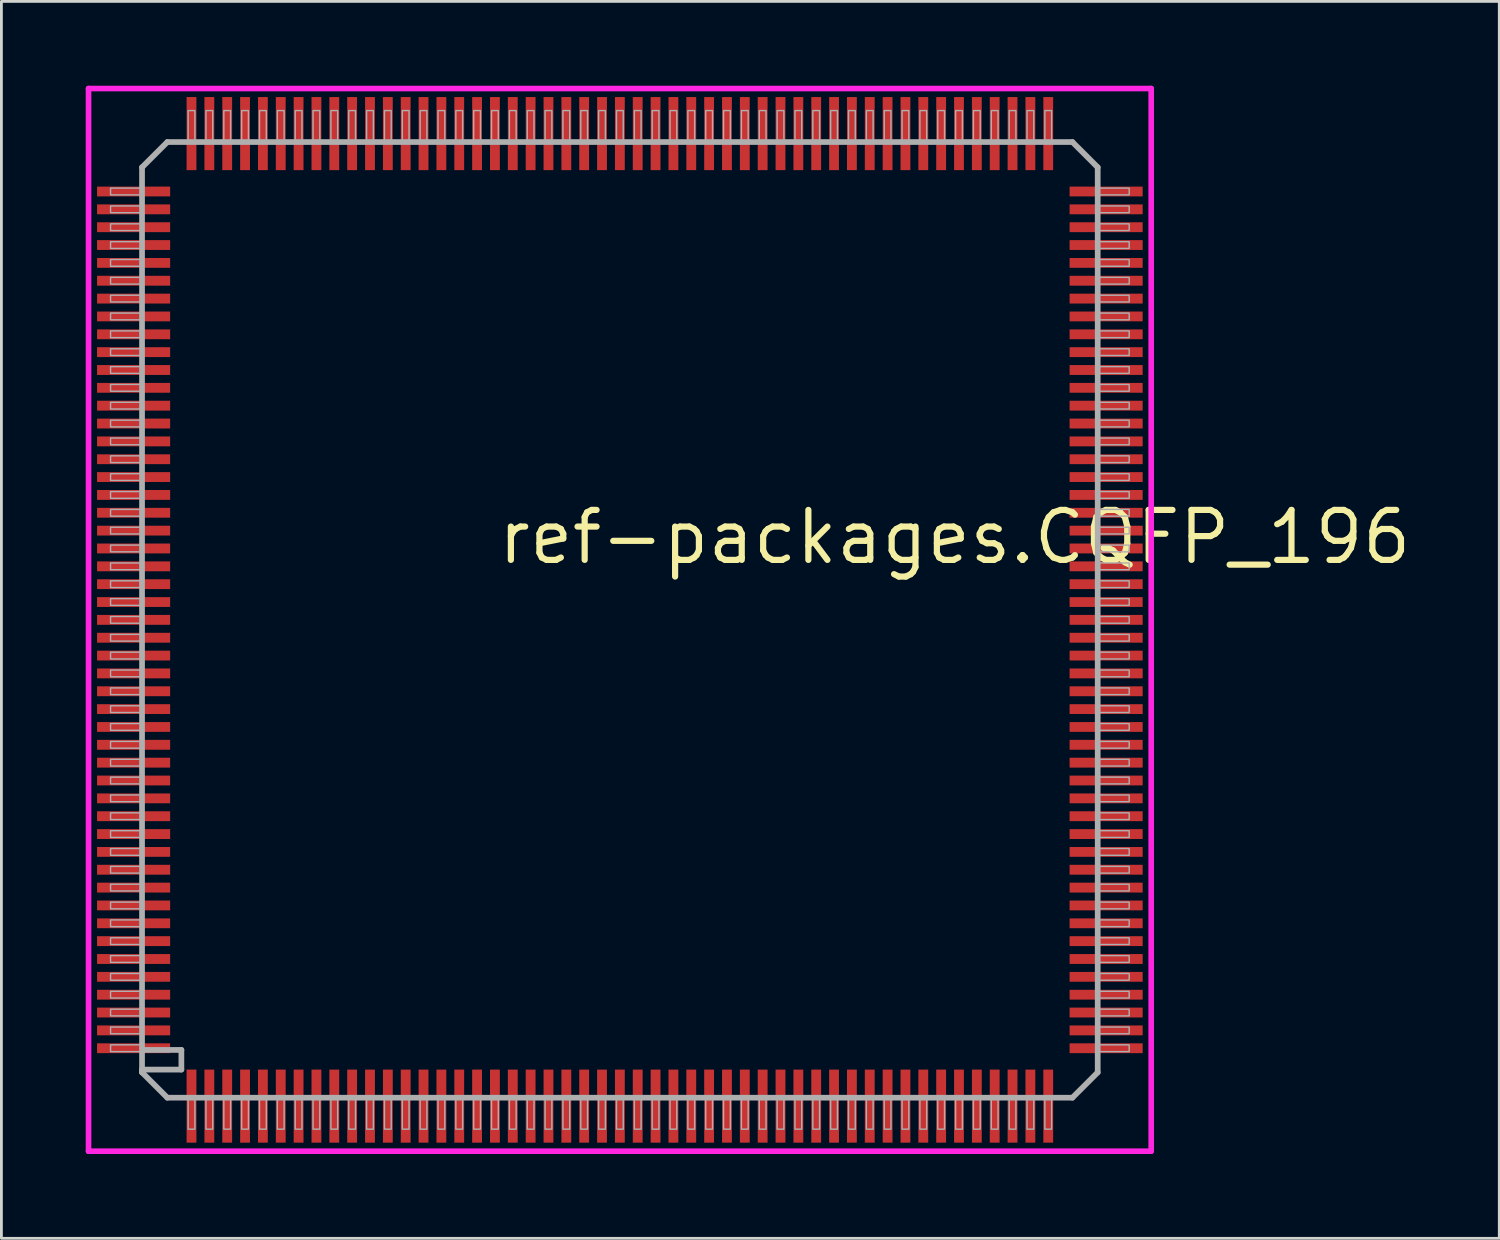
<source format=kicad_pcb>
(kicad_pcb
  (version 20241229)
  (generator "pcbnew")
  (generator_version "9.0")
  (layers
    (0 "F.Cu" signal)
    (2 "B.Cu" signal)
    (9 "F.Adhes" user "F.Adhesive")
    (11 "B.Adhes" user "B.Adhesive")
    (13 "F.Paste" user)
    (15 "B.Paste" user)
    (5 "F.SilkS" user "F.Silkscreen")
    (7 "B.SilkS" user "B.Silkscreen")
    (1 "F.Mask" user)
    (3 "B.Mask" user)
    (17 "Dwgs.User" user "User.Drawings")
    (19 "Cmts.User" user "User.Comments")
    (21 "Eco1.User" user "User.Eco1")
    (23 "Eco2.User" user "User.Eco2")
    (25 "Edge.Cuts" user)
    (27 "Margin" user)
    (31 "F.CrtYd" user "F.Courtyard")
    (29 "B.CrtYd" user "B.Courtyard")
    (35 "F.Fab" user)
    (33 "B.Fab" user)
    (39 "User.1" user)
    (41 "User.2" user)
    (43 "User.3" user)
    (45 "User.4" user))
  (footprint "ref-packages.CQFP_196"
    (layer "F.Cu")
    (at 19.003 19.003)
    (property "Reference" "ref-packages.CQFP_196" (at -4.445 -1.905 0) (layer "F.SilkS") (effects (font (size 1.778 1.778) (thickness 0.22)) (justify left bottom)))
    (attr smd)
    (fp_line (start -17 16) (end -17 16.1) (stroke (width 0.203) (type default)) (layer "F.SilkS"))
    (fp_line (start -18.903 -18.903) (end 18.903 -18.903) (stroke (width 0.2) (type default)) (layer "F.CrtYd"))
    (fp_line (start -18.903 18.903) (end -18.903 -18.903) (stroke (width 0.2) (type default)) (layer "F.CrtYd"))
    (fp_line (start 18.903 -18.903) (end 18.903 18.903) (stroke (width 0.2) (type default)) (layer "F.CrtYd"))
    (fp_line (start 18.903 18.903) (end -18.903 18.903) (stroke (width 0.2) (type default)) (layer "F.CrtYd"))
    (fp_line (start -17 -16.1) (end -17 16) (stroke (width 0.203) (type default)) (layer "F.Fab"))
    (fp_line (start -17 -16.1) (end -16.1 -17) (stroke (width 0.203) (type default)) (layer "F.Fab"))
    (fp_line (start -17 16) (end -15.6 16) (stroke (width 0.203) (type default)) (layer "F.Fab"))
    (fp_line (start -17 16.1) (end -16.1 17) (stroke (width 0.203) (type default)) (layer "F.Fab"))
    (fp_line (start -16.1 17) (end 16.1 17) (stroke (width 0.203) (type default)) (layer "F.Fab"))
    (fp_line (start -15.6 15.3) (end -16.9 15.3) (stroke (width 0.203) (type default)) (layer "F.Fab"))
    (fp_line (start -15.6 16) (end -15.6 15.3) (stroke (width 0.203) (type default)) (layer "F.Fab"))
    (fp_line (start 16.1 -17) (end -16.1 -17) (stroke (width 0.203) (type default)) (layer "F.Fab"))
    (fp_line (start 16.1 -17) (end 17 -16.1) (stroke (width 0.203) (type default)) (layer "F.Fab"))
    (fp_line (start 16.1 17) (end 17 16.1) (stroke (width 0.203) (type default)) (layer "F.Fab"))
    (fp_line (start 17 16.1) (end 17 -16.1) (stroke (width 0.203) (type default)) (layer "F.Fab"))
    (fp_rect (start -18.12 -15.12) (end -17 -15.36) (stroke (width 0.05) (type default)) (fill no) (layer "F.Fab"))
    (fp_rect (start -18.12 -14.485) (end -17 -14.725) (stroke (width 0.05) (type default)) (fill no) (layer "F.Fab"))
    (fp_rect (start -18.12 -13.85) (end -17 -14.09) (stroke (width 0.05) (type default)) (fill no) (layer "F.Fab"))
    (fp_rect (start -18.12 -13.215) (end -17 -13.455) (stroke (width 0.05) (type default)) (fill no) (layer "F.Fab"))
    (fp_rect (start -18.12 -12.58) (end -17 -12.82) (stroke (width 0.05) (type default)) (fill no) (layer "F.Fab"))
    (fp_rect (start -18.12 -11.945) (end -17 -12.185) (stroke (width 0.05) (type default)) (fill no) (layer "F.Fab"))
    (fp_rect (start -18.12 -11.31) (end -17 -11.55) (stroke (width 0.05) (type default)) (fill no) (layer "F.Fab"))
    (fp_rect (start -18.12 -10.675) (end -17 -10.915) (stroke (width 0.05) (type default)) (fill no) (layer "F.Fab"))
    (fp_rect (start -18.12 -10.04) (end -17 -10.28) (stroke (width 0.05) (type default)) (fill no) (layer "F.Fab"))
    (fp_rect (start -18.12 -9.405) (end -17 -9.645) (stroke (width 0.05) (type default)) (fill no) (layer "F.Fab"))
    (fp_rect (start -18.12 -8.77) (end -17 -9.01) (stroke (width 0.05) (type default)) (fill no) (layer "F.Fab"))
    (fp_rect (start -18.12 -8.135) (end -17 -8.375) (stroke (width 0.05) (type default)) (fill no) (layer "F.Fab"))
    (fp_rect (start -18.12 -7.5) (end -17 -7.74) (stroke (width 0.05) (type default)) (fill no) (layer "F.Fab"))
    (fp_rect (start -18.12 -6.865) (end -17 -7.105) (stroke (width 0.05) (type default)) (fill no) (layer "F.Fab"))
    (fp_rect (start -18.12 -6.23) (end -17 -6.47) (stroke (width 0.05) (type default)) (fill no) (layer "F.Fab"))
    (fp_rect (start -18.12 -5.595) (end -17 -5.835) (stroke (width 0.05) (type default)) (fill no) (layer "F.Fab"))
    (fp_rect (start -18.12 -4.96) (end -17 -5.2) (stroke (width 0.05) (type default)) (fill no) (layer "F.Fab"))
    (fp_rect (start -18.12 -4.325) (end -17 -4.565) (stroke (width 0.05) (type default)) (fill no) (layer "F.Fab"))
    (fp_rect (start -18.12 -3.69) (end -17 -3.93) (stroke (width 0.05) (type default)) (fill no) (layer "F.Fab"))
    (fp_rect (start -18.12 -3.055) (end -17 -3.295) (stroke (width 0.05) (type default)) (fill no) (layer "F.Fab"))
    (fp_rect (start -18.12 -2.42) (end -17 -2.66) (stroke (width 0.05) (type default)) (fill no) (layer "F.Fab"))
    (fp_rect (start -18.12 -1.785) (end -17 -2.025) (stroke (width 0.05) (type default)) (fill no) (layer "F.Fab"))
    (fp_rect (start -18.12 -1.15) (end -17 -1.39) (stroke (width 0.05) (type default)) (fill no) (layer "F.Fab"))
    (fp_rect (start -18.12 -0.515) (end -17 -0.755) (stroke (width 0.05) (type default)) (fill no) (layer "F.Fab"))
    (fp_rect (start -18.12 0.12) (end -17 -0.12) (stroke (width 0.05) (type default)) (fill no) (layer "F.Fab"))
    (fp_rect (start -18.12 0.755) (end -17 0.515) (stroke (width 0.05) (type default)) (fill no) (layer "F.Fab"))
    (fp_rect (start -18.12 1.39) (end -17 1.15) (stroke (width 0.05) (type default)) (fill no) (layer "F.Fab"))
    (fp_rect (start -18.12 2.025) (end -17 1.785) (stroke (width 0.05) (type default)) (fill no) (layer "F.Fab"))
    (fp_rect (start -18.12 2.66) (end -17 2.42) (stroke (width 0.05) (type default)) (fill no) (layer "F.Fab"))
    (fp_rect (start -18.12 3.295) (end -17 3.055) (stroke (width 0.05) (type default)) (fill no) (layer "F.Fab"))
    (fp_rect (start -18.12 3.93) (end -17 3.69) (stroke (width 0.05) (type default)) (fill no) (layer "F.Fab"))
    (fp_rect (start -18.12 4.565) (end -17 4.325) (stroke (width 0.05) (type default)) (fill no) (layer "F.Fab"))
    (fp_rect (start -18.12 5.2) (end -17 4.96) (stroke (width 0.05) (type default)) (fill no) (layer "F.Fab"))
    (fp_rect (start -18.12 5.835) (end -17 5.595) (stroke (width 0.05) (type default)) (fill no) (layer "F.Fab"))
    (fp_rect (start -18.12 6.47) (end -17 6.23) (stroke (width 0.05) (type default)) (fill no) (layer "F.Fab"))
    (fp_rect (start -18.12 7.105) (end -17 6.865) (stroke (width 0.05) (type default)) (fill no) (layer "F.Fab"))
    (fp_rect (start -18.12 7.74) (end -17 7.5) (stroke (width 0.05) (type default)) (fill no) (layer "F.Fab"))
    (fp_rect (start -18.12 8.375) (end -17 8.135) (stroke (width 0.05) (type default)) (fill no) (layer "F.Fab"))
    (fp_rect (start -18.12 9.01) (end -17 8.77) (stroke (width 0.05) (type default)) (fill no) (layer "F.Fab"))
    (fp_rect (start -18.12 9.645) (end -17 9.405) (stroke (width 0.05) (type default)) (fill no) (layer "F.Fab"))
    (fp_rect (start -18.12 10.28) (end -17 10.04) (stroke (width 0.05) (type default)) (fill no) (layer "F.Fab"))
    (fp_rect (start -18.12 10.915) (end -17 10.675) (stroke (width 0.05) (type default)) (fill no) (layer "F.Fab"))
    (fp_rect (start -18.12 11.55) (end -17 11.31) (stroke (width 0.05) (type default)) (fill no) (layer "F.Fab"))
    (fp_rect (start -18.12 12.185) (end -17 11.945) (stroke (width 0.05) (type default)) (fill no) (layer "F.Fab"))
    (fp_rect (start -18.12 12.82) (end -17 12.58) (stroke (width 0.05) (type default)) (fill no) (layer "F.Fab"))
    (fp_rect (start -18.12 13.455) (end -17 13.215) (stroke (width 0.05) (type default)) (fill no) (layer "F.Fab"))
    (fp_rect (start -18.12 14.09) (end -17 13.85) (stroke (width 0.05) (type default)) (fill no) (layer "F.Fab"))
    (fp_rect (start -18.12 14.725) (end -17 14.485) (stroke (width 0.05) (type default)) (fill no) (layer "F.Fab"))
    (fp_rect (start -18.12 15.36) (end -17 15.12) (stroke (width 0.05) (type default)) (fill no) (layer "F.Fab"))
    (fp_rect (start -15.36 -17) (end -15.12 -18.12) (stroke (width 0.05) (type default)) (fill no) (layer "F.Fab"))
    (fp_rect (start -15.36 18.12) (end -15.12 17) (stroke (width 0.05) (type default)) (fill no) (layer "F.Fab"))
    (fp_rect (start -14.725 -17) (end -14.485 -18.12) (stroke (width 0.05) (type default)) (fill no) (layer "F.Fab"))
    (fp_rect (start -14.725 18.12) (end -14.485 17) (stroke (width 0.05) (type default)) (fill no) (layer "F.Fab"))
    (fp_rect (start -14.09 -17) (end -13.85 -18.12) (stroke (width 0.05) (type default)) (fill no) (layer "F.Fab"))
    (fp_rect (start -14.09 18.12) (end -13.85 17) (stroke (width 0.05) (type default)) (fill no) (layer "F.Fab"))
    (fp_rect (start -13.455 -17) (end -13.215 -18.12) (stroke (width 0.05) (type default)) (fill no) (layer "F.Fab"))
    (fp_rect (start -13.455 18.12) (end -13.215 17) (stroke (width 0.05) (type default)) (fill no) (layer "F.Fab"))
    (fp_rect (start -12.82 -17) (end -12.58 -18.12) (stroke (width 0.05) (type default)) (fill no) (layer "F.Fab"))
    (fp_rect (start -12.82 18.12) (end -12.58 17) (stroke (width 0.05) (type default)) (fill no) (layer "F.Fab"))
    (fp_rect (start -12.185 -17) (end -11.945 -18.12) (stroke (width 0.05) (type default)) (fill no) (layer "F.Fab"))
    (fp_rect (start -12.185 18.12) (end -11.945 17) (stroke (width 0.05) (type default)) (fill no) (layer "F.Fab"))
    (fp_rect (start -11.55 -17) (end -11.31 -18.12) (stroke (width 0.05) (type default)) (fill no) (layer "F.Fab"))
    (fp_rect (start -11.55 18.12) (end -11.31 17) (stroke (width 0.05) (type default)) (fill no) (layer "F.Fab"))
    (fp_rect (start -10.915 -17) (end -10.675 -18.12) (stroke (width 0.05) (type default)) (fill no) (layer "F.Fab"))
    (fp_rect (start -10.915 18.12) (end -10.675 17) (stroke (width 0.05) (type default)) (fill no) (layer "F.Fab"))
    (fp_rect (start -10.28 -17) (end -10.04 -18.12) (stroke (width 0.05) (type default)) (fill no) (layer "F.Fab"))
    (fp_rect (start -10.28 18.12) (end -10.04 17) (stroke (width 0.05) (type default)) (fill no) (layer "F.Fab"))
    (fp_rect (start -9.645 -17) (end -9.405 -18.12) (stroke (width 0.05) (type default)) (fill no) (layer "F.Fab"))
    (fp_rect (start -9.645 18.12) (end -9.405 17) (stroke (width 0.05) (type default)) (fill no) (layer "F.Fab"))
    (fp_rect (start -9.01 -17) (end -8.77 -18.12) (stroke (width 0.05) (type default)) (fill no) (layer "F.Fab"))
    (fp_rect (start -9.01 18.12) (end -8.77 17) (stroke (width 0.05) (type default)) (fill no) (layer "F.Fab"))
    (fp_rect (start -8.375 -17) (end -8.135 -18.12) (stroke (width 0.05) (type default)) (fill no) (layer "F.Fab"))
    (fp_rect (start -8.375 18.12) (end -8.135 17) (stroke (width 0.05) (type default)) (fill no) (layer "F.Fab"))
    (fp_rect (start -7.74 -17) (end -7.5 -18.12) (stroke (width 0.05) (type default)) (fill no) (layer "F.Fab"))
    (fp_rect (start -7.74 18.12) (end -7.5 17) (stroke (width 0.05) (type default)) (fill no) (layer "F.Fab"))
    (fp_rect (start -7.105 -17) (end -6.865 -18.12) (stroke (width 0.05) (type default)) (fill no) (layer "F.Fab"))
    (fp_rect (start -7.105 18.12) (end -6.865 17) (stroke (width 0.05) (type default)) (fill no) (layer "F.Fab"))
    (fp_rect (start -6.47 -17) (end -6.23 -18.12) (stroke (width 0.05) (type default)) (fill no) (layer "F.Fab"))
    (fp_rect (start -6.47 18.12) (end -6.23 17) (stroke (width 0.05) (type default)) (fill no) (layer "F.Fab"))
    (fp_rect (start -5.835 -17) (end -5.595 -18.12) (stroke (width 0.05) (type default)) (fill no) (layer "F.Fab"))
    (fp_rect (start -5.835 18.12) (end -5.595 17) (stroke (width 0.05) (type default)) (fill no) (layer "F.Fab"))
    (fp_rect (start -5.2 -17) (end -4.96 -18.12) (stroke (width 0.05) (type default)) (fill no) (layer "F.Fab"))
    (fp_rect (start -5.2 18.12) (end -4.96 17) (stroke (width 0.05) (type default)) (fill no) (layer "F.Fab"))
    (fp_rect (start -4.565 -17) (end -4.325 -18.12) (stroke (width 0.05) (type default)) (fill no) (layer "F.Fab"))
    (fp_rect (start -4.565 18.12) (end -4.325 17) (stroke (width 0.05) (type default)) (fill no) (layer "F.Fab"))
    (fp_rect (start -3.93 -17) (end -3.69 -18.12) (stroke (width 0.05) (type default)) (fill no) (layer "F.Fab"))
    (fp_rect (start -3.93 18.12) (end -3.69 17) (stroke (width 0.05) (type default)) (fill no) (layer "F.Fab"))
    (fp_rect (start -3.295 -17) (end -3.055 -18.12) (stroke (width 0.05) (type default)) (fill no) (layer "F.Fab"))
    (fp_rect (start -3.295 18.12) (end -3.055 17) (stroke (width 0.05) (type default)) (fill no) (layer "F.Fab"))
    (fp_rect (start -2.66 -17) (end -2.42 -18.12) (stroke (width 0.05) (type default)) (fill no) (layer "F.Fab"))
    (fp_rect (start -2.66 18.12) (end -2.42 17) (stroke (width 0.05) (type default)) (fill no) (layer "F.Fab"))
    (fp_rect (start -2.025 -17) (end -1.785 -18.12) (stroke (width 0.05) (type default)) (fill no) (layer "F.Fab"))
    (fp_rect (start -2.025 18.12) (end -1.785 17) (stroke (width 0.05) (type default)) (fill no) (layer "F.Fab"))
    (fp_rect (start -1.39 -17) (end -1.15 -18.12) (stroke (width 0.05) (type default)) (fill no) (layer "F.Fab"))
    (fp_rect (start -1.39 18.12) (end -1.15 17) (stroke (width 0.05) (type default)) (fill no) (layer "F.Fab"))
    (fp_rect (start -0.755 -17) (end -0.515 -18.12) (stroke (width 0.05) (type default)) (fill no) (layer "F.Fab"))
    (fp_rect (start -0.755 18.12) (end -0.515 17) (stroke (width 0.05) (type default)) (fill no) (layer "F.Fab"))
    (fp_rect (start -0.12 -17) (end 0.12 -18.12) (stroke (width 0.05) (type default)) (fill no) (layer "F.Fab"))
    (fp_rect (start -0.12 18.12) (end 0.12 17) (stroke (width 0.05) (type default)) (fill no) (layer "F.Fab"))
    (fp_rect (start 0.515 -17) (end 0.755 -18.12) (stroke (width 0.05) (type default)) (fill no) (layer "F.Fab"))
    (fp_rect (start 0.515 18.12) (end 0.755 17) (stroke (width 0.05) (type default)) (fill no) (layer "F.Fab"))
    (fp_rect (start 1.15 -17) (end 1.39 -18.12) (stroke (width 0.05) (type default)) (fill no) (layer "F.Fab"))
    (fp_rect (start 1.15 18.12) (end 1.39 17) (stroke (width 0.05) (type default)) (fill no) (layer "F.Fab"))
    (fp_rect (start 1.785 -17) (end 2.025 -18.12) (stroke (width 0.05) (type default)) (fill no) (layer "F.Fab"))
    (fp_rect (start 1.785 18.12) (end 2.025 17) (stroke (width 0.05) (type default)) (fill no) (layer "F.Fab"))
    (fp_rect (start 2.42 -17) (end 2.66 -18.12) (stroke (width 0.05) (type default)) (fill no) (layer "F.Fab"))
    (fp_rect (start 2.42 18.12) (end 2.66 17) (stroke (width 0.05) (type default)) (fill no) (layer "F.Fab"))
    (fp_rect (start 3.055 -17) (end 3.295 -18.12) (stroke (width 0.05) (type default)) (fill no) (layer "F.Fab"))
    (fp_rect (start 3.055 18.12) (end 3.295 17) (stroke (width 0.05) (type default)) (fill no) (layer "F.Fab"))
    (fp_rect (start 3.69 -17) (end 3.93 -18.12) (stroke (width 0.05) (type default)) (fill no) (layer "F.Fab"))
    (fp_rect (start 3.69 18.12) (end 3.93 17) (stroke (width 0.05) (type default)) (fill no) (layer "F.Fab"))
    (fp_rect (start 4.325 -17) (end 4.565 -18.12) (stroke (width 0.05) (type default)) (fill no) (layer "F.Fab"))
    (fp_rect (start 4.325 18.12) (end 4.565 17) (stroke (width 0.05) (type default)) (fill no) (layer "F.Fab"))
    (fp_rect (start 4.96 -17) (end 5.2 -18.12) (stroke (width 0.05) (type default)) (fill no) (layer "F.Fab"))
    (fp_rect (start 4.96 18.12) (end 5.2 17) (stroke (width 0.05) (type default)) (fill no) (layer "F.Fab"))
    (fp_rect (start 5.595 -17) (end 5.835 -18.12) (stroke (width 0.05) (type default)) (fill no) (layer "F.Fab"))
    (fp_rect (start 5.595 18.12) (end 5.835 17) (stroke (width 0.05) (type default)) (fill no) (layer "F.Fab"))
    (fp_rect (start 6.23 -17) (end 6.47 -18.12) (stroke (width 0.05) (type default)) (fill no) (layer "F.Fab"))
    (fp_rect (start 6.23 18.12) (end 6.47 17) (stroke (width 0.05) (type default)) (fill no) (layer "F.Fab"))
    (fp_rect (start 6.865 -17) (end 7.105 -18.12) (stroke (width 0.05) (type default)) (fill no) (layer "F.Fab"))
    (fp_rect (start 6.865 18.12) (end 7.105 17) (stroke (width 0.05) (type default)) (fill no) (layer "F.Fab"))
    (fp_rect (start 7.5 -17) (end 7.74 -18.12) (stroke (width 0.05) (type default)) (fill no) (layer "F.Fab"))
    (fp_rect (start 7.5 18.12) (end 7.74 17) (stroke (width 0.05) (type default)) (fill no) (layer "F.Fab"))
    (fp_rect (start 8.135 -17) (end 8.375 -18.12) (stroke (width 0.05) (type default)) (fill no) (layer "F.Fab"))
    (fp_rect (start 8.135 18.12) (end 8.375 17) (stroke (width 0.05) (type default)) (fill no) (layer "F.Fab"))
    (fp_rect (start 8.77 -17) (end 9.01 -18.12) (stroke (width 0.05) (type default)) (fill no) (layer "F.Fab"))
    (fp_rect (start 8.77 18.12) (end 9.01 17) (stroke (width 0.05) (type default)) (fill no) (layer "F.Fab"))
    (fp_rect (start 9.405 -17) (end 9.645 -18.12) (stroke (width 0.05) (type default)) (fill no) (layer "F.Fab"))
    (fp_rect (start 9.405 18.12) (end 9.645 17) (stroke (width 0.05) (type default)) (fill no) (layer "F.Fab"))
    (fp_rect (start 10.04 -17) (end 10.28 -18.12) (stroke (width 0.05) (type default)) (fill no) (layer "F.Fab"))
    (fp_rect (start 10.04 18.12) (end 10.28 17) (stroke (width 0.05) (type default)) (fill no) (layer "F.Fab"))
    (fp_rect (start 10.675 -17) (end 10.915 -18.12) (stroke (width 0.05) (type default)) (fill no) (layer "F.Fab"))
    (fp_rect (start 10.675 18.12) (end 10.915 17) (stroke (width 0.05) (type default)) (fill no) (layer "F.Fab"))
    (fp_rect (start 11.31 -17) (end 11.55 -18.12) (stroke (width 0.05) (type default)) (fill no) (layer "F.Fab"))
    (fp_rect (start 11.31 18.12) (end 11.55 17) (stroke (width 0.05) (type default)) (fill no) (layer "F.Fab"))
    (fp_rect (start 11.945 -17) (end 12.185 -18.12) (stroke (width 0.05) (type default)) (fill no) (layer "F.Fab"))
    (fp_rect (start 11.945 18.12) (end 12.185 17) (stroke (width 0.05) (type default)) (fill no) (layer "F.Fab"))
    (fp_rect (start 12.58 -17) (end 12.82 -18.12) (stroke (width 0.05) (type default)) (fill no) (layer "F.Fab"))
    (fp_rect (start 12.58 18.12) (end 12.82 17) (stroke (width 0.05) (type default)) (fill no) (layer "F.Fab"))
    (fp_rect (start 13.215 -17) (end 13.455 -18.12) (stroke (width 0.05) (type default)) (fill no) (layer "F.Fab"))
    (fp_rect (start 13.215 18.12) (end 13.455 17) (stroke (width 0.05) (type default)) (fill no) (layer "F.Fab"))
    (fp_rect (start 13.85 -17) (end 14.09 -18.12) (stroke (width 0.05) (type default)) (fill no) (layer "F.Fab"))
    (fp_rect (start 13.85 18.12) (end 14.09 17) (stroke (width 0.05) (type default)) (fill no) (layer "F.Fab"))
    (fp_rect (start 14.485 -17) (end 14.725 -18.12) (stroke (width 0.05) (type default)) (fill no) (layer "F.Fab"))
    (fp_rect (start 14.485 18.12) (end 14.725 17) (stroke (width 0.05) (type default)) (fill no) (layer "F.Fab"))
    (fp_rect (start 15.12 -17) (end 15.36 -18.12) (stroke (width 0.05) (type default)) (fill no) (layer "F.Fab"))
    (fp_rect (start 15.12 18.12) (end 15.36 17) (stroke (width 0.05) (type default)) (fill no) (layer "F.Fab"))
    (fp_rect (start 17 -15.12) (end 18.12 -15.36) (stroke (width 0.05) (type default)) (fill no) (layer "F.Fab"))
    (fp_rect (start 17 -14.485) (end 18.12 -14.725) (stroke (width 0.05) (type default)) (fill no) (layer "F.Fab"))
    (fp_rect (start 17 -13.85) (end 18.12 -14.09) (stroke (width 0.05) (type default)) (fill no) (layer "F.Fab"))
    (fp_rect (start 17 -13.215) (end 18.12 -13.455) (stroke (width 0.05) (type default)) (fill no) (layer "F.Fab"))
    (fp_rect (start 17 -12.58) (end 18.12 -12.82) (stroke (width 0.05) (type default)) (fill no) (layer "F.Fab"))
    (fp_rect (start 17 -11.945) (end 18.12 -12.185) (stroke (width 0.05) (type default)) (fill no) (layer "F.Fab"))
    (fp_rect (start 17 -11.31) (end 18.12 -11.55) (stroke (width 0.05) (type default)) (fill no) (layer "F.Fab"))
    (fp_rect (start 17 -10.675) (end 18.12 -10.915) (stroke (width 0.05) (type default)) (fill no) (layer "F.Fab"))
    (fp_rect (start 17 -10.04) (end 18.12 -10.28) (stroke (width 0.05) (type default)) (fill no) (layer "F.Fab"))
    (fp_rect (start 17 -9.405) (end 18.12 -9.645) (stroke (width 0.05) (type default)) (fill no) (layer "F.Fab"))
    (fp_rect (start 17 -8.77) (end 18.12 -9.01) (stroke (width 0.05) (type default)) (fill no) (layer "F.Fab"))
    (fp_rect (start 17 -8.135) (end 18.12 -8.375) (stroke (width 0.05) (type default)) (fill no) (layer "F.Fab"))
    (fp_rect (start 17 -7.5) (end 18.12 -7.74) (stroke (width 0.05) (type default)) (fill no) (layer "F.Fab"))
    (fp_rect (start 17 -6.865) (end 18.12 -7.105) (stroke (width 0.05) (type default)) (fill no) (layer "F.Fab"))
    (fp_rect (start 17 -6.23) (end 18.12 -6.47) (stroke (width 0.05) (type default)) (fill no) (layer "F.Fab"))
    (fp_rect (start 17 -5.595) (end 18.12 -5.835) (stroke (width 0.05) (type default)) (fill no) (layer "F.Fab"))
    (fp_rect (start 17 -4.96) (end 18.12 -5.2) (stroke (width 0.05) (type default)) (fill no) (layer "F.Fab"))
    (fp_rect (start 17 -4.325) (end 18.12 -4.565) (stroke (width 0.05) (type default)) (fill no) (layer "F.Fab"))
    (fp_rect (start 17 -3.69) (end 18.12 -3.93) (stroke (width 0.05) (type default)) (fill no) (layer "F.Fab"))
    (fp_rect (start 17 -3.055) (end 18.12 -3.295) (stroke (width 0.05) (type default)) (fill no) (layer "F.Fab"))
    (fp_rect (start 17 -2.42) (end 18.12 -2.66) (stroke (width 0.05) (type default)) (fill no) (layer "F.Fab"))
    (fp_rect (start 17 -1.785) (end 18.12 -2.025) (stroke (width 0.05) (type default)) (fill no) (layer "F.Fab"))
    (fp_rect (start 17 -1.15) (end 18.12 -1.39) (stroke (width 0.05) (type default)) (fill no) (layer "F.Fab"))
    (fp_rect (start 17 -0.515) (end 18.12 -0.755) (stroke (width 0.05) (type default)) (fill no) (layer "F.Fab"))
    (fp_rect (start 17 0.12) (end 18.12 -0.12) (stroke (width 0.05) (type default)) (fill no) (layer "F.Fab"))
    (fp_rect (start 17 0.755) (end 18.12 0.515) (stroke (width 0.05) (type default)) (fill no) (layer "F.Fab"))
    (fp_rect (start 17 1.39) (end 18.12 1.15) (stroke (width 0.05) (type default)) (fill no) (layer "F.Fab"))
    (fp_rect (start 17 2.025) (end 18.12 1.785) (stroke (width 0.05) (type default)) (fill no) (layer "F.Fab"))
    (fp_rect (start 17 2.66) (end 18.12 2.42) (stroke (width 0.05) (type default)) (fill no) (layer "F.Fab"))
    (fp_rect (start 17 3.295) (end 18.12 3.055) (stroke (width 0.05) (type default)) (fill no) (layer "F.Fab"))
    (fp_rect (start 17 3.93) (end 18.12 3.69) (stroke (width 0.05) (type default)) (fill no) (layer "F.Fab"))
    (fp_rect (start 17 4.565) (end 18.12 4.325) (stroke (width 0.05) (type default)) (fill no) (layer "F.Fab"))
    (fp_rect (start 17 5.2) (end 18.12 4.96) (stroke (width 0.05) (type default)) (fill no) (layer "F.Fab"))
    (fp_rect (start 17 5.835) (end 18.12 5.595) (stroke (width 0.05) (type default)) (fill no) (layer "F.Fab"))
    (fp_rect (start 17 6.47) (end 18.12 6.23) (stroke (width 0.05) (type default)) (fill no) (layer "F.Fab"))
    (fp_rect (start 17 7.105) (end 18.12 6.865) (stroke (width 0.05) (type default)) (fill no) (layer "F.Fab"))
    (fp_rect (start 17 7.74) (end 18.12 7.5) (stroke (width 0.05) (type default)) (fill no) (layer "F.Fab"))
    (fp_rect (start 17 8.375) (end 18.12 8.135) (stroke (width 0.05) (type default)) (fill no) (layer "F.Fab"))
    (fp_rect (start 17 9.01) (end 18.12 8.77) (stroke (width 0.05) (type default)) (fill no) (layer "F.Fab"))
    (fp_rect (start 17 9.645) (end 18.12 9.405) (stroke (width 0.05) (type default)) (fill no) (layer "F.Fab"))
    (fp_rect (start 17 10.28) (end 18.12 10.04) (stroke (width 0.05) (type default)) (fill no) (layer "F.Fab"))
    (fp_rect (start 17 10.915) (end 18.12 10.675) (stroke (width 0.05) (type default)) (fill no) (layer "F.Fab"))
    (fp_rect (start 17 11.55) (end 18.12 11.31) (stroke (width 0.05) (type default)) (fill no) (layer "F.Fab"))
    (fp_rect (start 17 12.185) (end 18.12 11.945) (stroke (width 0.05) (type default)) (fill no) (layer "F.Fab"))
    (fp_rect (start 17 12.82) (end 18.12 12.58) (stroke (width 0.05) (type default)) (fill no) (layer "F.Fab"))
    (fp_rect (start 17 13.455) (end 18.12 13.215) (stroke (width 0.05) (type default)) (fill no) (layer "F.Fab"))
    (fp_rect (start 17 14.09) (end 18.12 13.85) (stroke (width 0.05) (type default)) (fill no) (layer "F.Fab"))
    (fp_rect (start 17 14.725) (end 18.12 14.485) (stroke (width 0.05) (type default)) (fill no) (layer "F.Fab"))
    (fp_rect (start 17 15.36) (end 18.12 15.12) (stroke (width 0.05) (type default)) (fill no) (layer "F.Fab"))
    (pad "1" smd roundrect (at -15.24 17.3) (size 0.35 2.6) (layers "F.Cu" "F.Mask" "F.Paste") (roundrect_rratio 0.01))
    (pad "2" smd roundrect (at -14.605 17.3) (size 0.35 2.6) (layers "F.Cu" "F.Mask" "F.Paste") (roundrect_rratio 0.01))
    (pad "3" smd roundrect (at -13.97 17.3) (size 0.35 2.6) (layers "F.Cu" "F.Mask" "F.Paste") (roundrect_rratio 0.01))
    (pad "4" smd roundrect (at -13.335 17.3) (size 0.35 2.6) (layers "F.Cu" "F.Mask" "F.Paste") (roundrect_rratio 0.01))
    (pad "5" smd roundrect (at -12.7 17.3) (size 0.35 2.6) (layers "F.Cu" "F.Mask" "F.Paste") (roundrect_rratio 0.01))
    (pad "6" smd roundrect (at -12.065 17.3) (size 0.35 2.6) (layers "F.Cu" "F.Mask" "F.Paste") (roundrect_rratio 0.01))
    (pad "7" smd roundrect (at -11.43 17.3) (size 0.35 2.6) (layers "F.Cu" "F.Mask" "F.Paste") (roundrect_rratio 0.01))
    (pad "8" smd roundrect (at -10.795 17.3) (size 0.35 2.6) (layers "F.Cu" "F.Mask" "F.Paste") (roundrect_rratio 0.01))
    (pad "9" smd roundrect (at -10.16 17.3) (size 0.35 2.6) (layers "F.Cu" "F.Mask" "F.Paste") (roundrect_rratio 0.01))
    (pad "10" smd roundrect (at -9.525 17.3) (size 0.35 2.6) (layers "F.Cu" "F.Mask" "F.Paste") (roundrect_rratio 0.01))
    (pad "11" smd roundrect (at -8.89 17.3) (size 0.35 2.6) (layers "F.Cu" "F.Mask" "F.Paste") (roundrect_rratio 0.01))
    (pad "12" smd roundrect (at -8.255 17.3) (size 0.35 2.6) (layers "F.Cu" "F.Mask" "F.Paste") (roundrect_rratio 0.01))
    (pad "13" smd roundrect (at -7.62 17.3) (size 0.35 2.6) (layers "F.Cu" "F.Mask" "F.Paste") (roundrect_rratio 0.01))
    (pad "14" smd roundrect (at -6.985 17.3) (size 0.35 2.6) (layers "F.Cu" "F.Mask" "F.Paste") (roundrect_rratio 0.01))
    (pad "15" smd roundrect (at -6.35 17.3) (size 0.35 2.6) (layers "F.Cu" "F.Mask" "F.Paste") (roundrect_rratio 0.01))
    (pad "16" smd roundrect (at -5.715 17.3) (size 0.35 2.6) (layers "F.Cu" "F.Mask" "F.Paste") (roundrect_rratio 0.01))
    (pad "17" smd roundrect (at -5.08 17.3) (size 0.35 2.6) (layers "F.Cu" "F.Mask" "F.Paste") (roundrect_rratio 0.01))
    (pad "18" smd roundrect (at -4.445 17.3) (size 0.35 2.6) (layers "F.Cu" "F.Mask" "F.Paste") (roundrect_rratio 0.01))
    (pad "19" smd roundrect (at -3.81 17.3) (size 0.35 2.6) (layers "F.Cu" "F.Mask" "F.Paste") (roundrect_rratio 0.01))
    (pad "20" smd roundrect (at -3.175 17.3) (size 0.35 2.6) (layers "F.Cu" "F.Mask" "F.Paste") (roundrect_rratio 0.01))
    (pad "21" smd roundrect (at -2.54 17.3) (size 0.35 2.6) (layers "F.Cu" "F.Mask" "F.Paste") (roundrect_rratio 0.01))
    (pad "22" smd roundrect (at -1.905 17.3) (size 0.35 2.6) (layers "F.Cu" "F.Mask" "F.Paste") (roundrect_rratio 0.01))
    (pad "23" smd roundrect (at -1.27 17.3) (size 0.35 2.6) (layers "F.Cu" "F.Mask" "F.Paste") (roundrect_rratio 0.01))
    (pad "24" smd roundrect (at -0.635 17.3) (size 0.35 2.6) (layers "F.Cu" "F.Mask" "F.Paste") (roundrect_rratio 0.01))
    (pad "25" smd roundrect (at 0 17.3) (size 0.35 2.6) (layers "F.Cu" "F.Mask" "F.Paste") (roundrect_rratio 0.01))
    (pad "26" smd roundrect (at 0.635 17.3) (size 0.35 2.6) (layers "F.Cu" "F.Mask" "F.Paste") (roundrect_rratio 0.01))
    (pad "27" smd roundrect (at 1.27 17.3) (size 0.35 2.6) (layers "F.Cu" "F.Mask" "F.Paste") (roundrect_rratio 0.01))
    (pad "28" smd roundrect (at 1.905 17.3) (size 0.35 2.6) (layers "F.Cu" "F.Mask" "F.Paste") (roundrect_rratio 0.01))
    (pad "29" smd roundrect (at 2.54 17.3) (size 0.35 2.6) (layers "F.Cu" "F.Mask" "F.Paste") (roundrect_rratio 0.01))
    (pad "30" smd roundrect (at 3.175 17.3) (size 0.35 2.6) (layers "F.Cu" "F.Mask" "F.Paste") (roundrect_rratio 0.01))
    (pad "31" smd roundrect (at 3.81 17.3) (size 0.35 2.6) (layers "F.Cu" "F.Mask" "F.Paste") (roundrect_rratio 0.01))
    (pad "32" smd roundrect (at 4.445 17.3) (size 0.35 2.6) (layers "F.Cu" "F.Mask" "F.Paste") (roundrect_rratio 0.01))
    (pad "33" smd roundrect (at 5.08 17.3) (size 0.35 2.6) (layers "F.Cu" "F.Mask" "F.Paste") (roundrect_rratio 0.01))
    (pad "34" smd roundrect (at 5.715 17.3) (size 0.35 2.6) (layers "F.Cu" "F.Mask" "F.Paste") (roundrect_rratio 0.01))
    (pad "35" smd roundrect (at 6.35 17.3) (size 0.35 2.6) (layers "F.Cu" "F.Mask" "F.Paste") (roundrect_rratio 0.01))
    (pad "36" smd roundrect (at 6.985 17.3) (size 0.35 2.6) (layers "F.Cu" "F.Mask" "F.Paste") (roundrect_rratio 0.01))
    (pad "37" smd roundrect (at 7.62 17.3) (size 0.35 2.6) (layers "F.Cu" "F.Mask" "F.Paste") (roundrect_rratio 0.01))
    (pad "38" smd roundrect (at 8.255 17.3) (size 0.35 2.6) (layers "F.Cu" "F.Mask" "F.Paste") (roundrect_rratio 0.01))
    (pad "39" smd roundrect (at 8.89 17.3) (size 0.35 2.6) (layers "F.Cu" "F.Mask" "F.Paste") (roundrect_rratio 0.01))
    (pad "40" smd roundrect (at 9.525 17.3) (size 0.35 2.6) (layers "F.Cu" "F.Mask" "F.Paste") (roundrect_rratio 0.01))
    (pad "41" smd roundrect (at 10.16 17.3) (size 0.35 2.6) (layers "F.Cu" "F.Mask" "F.Paste") (roundrect_rratio 0.01))
    (pad "42" smd roundrect (at 10.795 17.3) (size 0.35 2.6) (layers "F.Cu" "F.Mask" "F.Paste") (roundrect_rratio 0.01))
    (pad "43" smd roundrect (at 11.43 17.3) (size 0.35 2.6) (layers "F.Cu" "F.Mask" "F.Paste") (roundrect_rratio 0.01))
    (pad "44" smd roundrect (at 12.065 17.3) (size 0.35 2.6) (layers "F.Cu" "F.Mask" "F.Paste") (roundrect_rratio 0.01))
    (pad "45" smd roundrect (at 12.7 17.3) (size 0.35 2.6) (layers "F.Cu" "F.Mask" "F.Paste") (roundrect_rratio 0.01))
    (pad "46" smd roundrect (at 13.335 17.3) (size 0.35 2.6) (layers "F.Cu" "F.Mask" "F.Paste") (roundrect_rratio 0.01))
    (pad "47" smd roundrect (at 13.97 17.3) (size 0.35 2.6) (layers "F.Cu" "F.Mask" "F.Paste") (roundrect_rratio 0.01))
    (pad "48" smd roundrect (at 14.605 17.3) (size 0.35 2.6) (layers "F.Cu" "F.Mask" "F.Paste") (roundrect_rratio 0.01))
    (pad "49" smd roundrect (at 15.24 17.3) (size 0.35 2.6) (layers "F.Cu" "F.Mask" "F.Paste") (roundrect_rratio 0.01))
    (pad "50" smd roundrect (at 17.3 15.24) (size 2.6 0.35) (layers "F.Cu" "F.Mask" "F.Paste") (roundrect_rratio 0.01))
    (pad "51" smd roundrect (at 17.3 14.605) (size 2.6 0.35) (layers "F.Cu" "F.Mask" "F.Paste") (roundrect_rratio 0.01))
    (pad "52" smd roundrect (at 17.3 13.97) (size 2.6 0.35) (layers "F.Cu" "F.Mask" "F.Paste") (roundrect_rratio 0.01))
    (pad "53" smd roundrect (at 17.3 13.335) (size 2.6 0.35) (layers "F.Cu" "F.Mask" "F.Paste") (roundrect_rratio 0.01))
    (pad "54" smd roundrect (at 17.3 12.7) (size 2.6 0.35) (layers "F.Cu" "F.Mask" "F.Paste") (roundrect_rratio 0.01))
    (pad "55" smd roundrect (at 17.3 12.065) (size 2.6 0.35) (layers "F.Cu" "F.Mask" "F.Paste") (roundrect_rratio 0.01))
    (pad "56" smd roundrect (at 17.3 11.43) (size 2.6 0.35) (layers "F.Cu" "F.Mask" "F.Paste") (roundrect_rratio 0.01))
    (pad "57" smd roundrect (at 17.3 10.795) (size 2.6 0.35) (layers "F.Cu" "F.Mask" "F.Paste") (roundrect_rratio 0.01))
    (pad "58" smd roundrect (at 17.3 10.16) (size 2.6 0.35) (layers "F.Cu" "F.Mask" "F.Paste") (roundrect_rratio 0.01))
    (pad "59" smd roundrect (at 17.3 9.525) (size 2.6 0.35) (layers "F.Cu" "F.Mask" "F.Paste") (roundrect_rratio 0.01))
    (pad "60" smd roundrect (at 17.3 8.89) (size 2.6 0.35) (layers "F.Cu" "F.Mask" "F.Paste") (roundrect_rratio 0.01))
    (pad "61" smd roundrect (at 17.3 8.255) (size 2.6 0.35) (layers "F.Cu" "F.Mask" "F.Paste") (roundrect_rratio 0.01))
    (pad "62" smd roundrect (at 17.3 7.62) (size 2.6 0.35) (layers "F.Cu" "F.Mask" "F.Paste") (roundrect_rratio 0.01))
    (pad "63" smd roundrect (at 17.3 6.985) (size 2.6 0.35) (layers "F.Cu" "F.Mask" "F.Paste") (roundrect_rratio 0.01))
    (pad "64" smd roundrect (at 17.3 6.35) (size 2.6 0.35) (layers "F.Cu" "F.Mask" "F.Paste") (roundrect_rratio 0.01))
    (pad "65" smd roundrect (at 17.3 5.715) (size 2.6 0.35) (layers "F.Cu" "F.Mask" "F.Paste") (roundrect_rratio 0.01))
    (pad "66" smd roundrect (at 17.3 5.08) (size 2.6 0.35) (layers "F.Cu" "F.Mask" "F.Paste") (roundrect_rratio 0.01))
    (pad "67" smd roundrect (at 17.3 4.445) (size 2.6 0.35) (layers "F.Cu" "F.Mask" "F.Paste") (roundrect_rratio 0.01))
    (pad "68" smd roundrect (at 17.3 3.81) (size 2.6 0.35) (layers "F.Cu" "F.Mask" "F.Paste") (roundrect_rratio 0.01))
    (pad "69" smd roundrect (at 17.3 3.175) (size 2.6 0.35) (layers "F.Cu" "F.Mask" "F.Paste") (roundrect_rratio 0.01))
    (pad "70" smd roundrect (at 17.3 2.54) (size 2.6 0.35) (layers "F.Cu" "F.Mask" "F.Paste") (roundrect_rratio 0.01))
    (pad "71" smd roundrect (at 17.3 1.905) (size 2.6 0.35) (layers "F.Cu" "F.Mask" "F.Paste") (roundrect_rratio 0.01))
    (pad "72" smd roundrect (at 17.3 1.27) (size 2.6 0.35) (layers "F.Cu" "F.Mask" "F.Paste") (roundrect_rratio 0.01))
    (pad "73" smd roundrect (at 17.3 0.635) (size 2.6 0.35) (layers "F.Cu" "F.Mask" "F.Paste") (roundrect_rratio 0.01))
    (pad "74" smd roundrect (at 17.3 0) (size 2.6 0.35) (layers "F.Cu" "F.Mask" "F.Paste") (roundrect_rratio 0.01))
    (pad "75" smd roundrect (at 17.3 -0.635) (size 2.6 0.35) (layers "F.Cu" "F.Mask" "F.Paste") (roundrect_rratio 0.01))
    (pad "76" smd roundrect (at 17.3 -1.27) (size 2.6 0.35) (layers "F.Cu" "F.Mask" "F.Paste") (roundrect_rratio 0.01))
    (pad "77" smd roundrect (at 17.3 -1.905) (size 2.6 0.35) (layers "F.Cu" "F.Mask" "F.Paste") (roundrect_rratio 0.01))
    (pad "78" smd roundrect (at 17.3 -2.54) (size 2.6 0.35) (layers "F.Cu" "F.Mask" "F.Paste") (roundrect_rratio 0.01))
    (pad "79" smd roundrect (at 17.3 -3.175) (size 2.6 0.35) (layers "F.Cu" "F.Mask" "F.Paste") (roundrect_rratio 0.01))
    (pad "80" smd roundrect (at 17.3 -3.81) (size 2.6 0.35) (layers "F.Cu" "F.Mask" "F.Paste") (roundrect_rratio 0.01))
    (pad "81" smd roundrect (at 17.3 -4.445) (size 2.6 0.35) (layers "F.Cu" "F.Mask" "F.Paste") (roundrect_rratio 0.01))
    (pad "82" smd roundrect (at 17.3 -5.08) (size 2.6 0.35) (layers "F.Cu" "F.Mask" "F.Paste") (roundrect_rratio 0.01))
    (pad "83" smd roundrect (at 17.3 -5.715) (size 2.6 0.35) (layers "F.Cu" "F.Mask" "F.Paste") (roundrect_rratio 0.01))
    (pad "84" smd roundrect (at 17.3 -6.35) (size 2.6 0.35) (layers "F.Cu" "F.Mask" "F.Paste") (roundrect_rratio 0.01))
    (pad "85" smd roundrect (at 17.3 -6.985) (size 2.6 0.35) (layers "F.Cu" "F.Mask" "F.Paste") (roundrect_rratio 0.01))
    (pad "86" smd roundrect (at 17.3 -7.62) (size 2.6 0.35) (layers "F.Cu" "F.Mask" "F.Paste") (roundrect_rratio 0.01))
    (pad "87" smd roundrect (at 17.3 -8.255) (size 2.6 0.35) (layers "F.Cu" "F.Mask" "F.Paste") (roundrect_rratio 0.01))
    (pad "88" smd roundrect (at 17.3 -8.89) (size 2.6 0.35) (layers "F.Cu" "F.Mask" "F.Paste") (roundrect_rratio 0.01))
    (pad "89" smd roundrect (at 17.3 -9.525) (size 2.6 0.35) (layers "F.Cu" "F.Mask" "F.Paste") (roundrect_rratio 0.01))
    (pad "90" smd roundrect (at 17.3 -10.16) (size 2.6 0.35) (layers "F.Cu" "F.Mask" "F.Paste") (roundrect_rratio 0.01))
    (pad "91" smd roundrect (at 17.3 -10.795) (size 2.6 0.35) (layers "F.Cu" "F.Mask" "F.Paste") (roundrect_rratio 0.01))
    (pad "92" smd roundrect (at 17.3 -11.43) (size 2.6 0.35) (layers "F.Cu" "F.Mask" "F.Paste") (roundrect_rratio 0.01))
    (pad "93" smd roundrect (at 17.3 -12.065) (size 2.6 0.35) (layers "F.Cu" "F.Mask" "F.Paste") (roundrect_rratio 0.01))
    (pad "94" smd roundrect (at 17.3 -12.7) (size 2.6 0.35) (layers "F.Cu" "F.Mask" "F.Paste") (roundrect_rratio 0.01))
    (pad "95" smd roundrect (at 17.3 -13.335) (size 2.6 0.35) (layers "F.Cu" "F.Mask" "F.Paste") (roundrect_rratio 0.01))
    (pad "96" smd roundrect (at 17.3 -13.97) (size 2.6 0.35) (layers "F.Cu" "F.Mask" "F.Paste") (roundrect_rratio 0.01))
    (pad "97" smd roundrect (at 17.3 -14.605) (size 2.6 0.35) (layers "F.Cu" "F.Mask" "F.Paste") (roundrect_rratio 0.01))
    (pad "98" smd roundrect (at 17.3 -15.24) (size 2.6 0.35) (layers "F.Cu" "F.Mask" "F.Paste") (roundrect_rratio 0.01))
    (pad "99" smd roundrect (at 15.24 -17.3) (size 0.35 2.6) (layers "F.Cu" "F.Mask" "F.Paste") (roundrect_rratio 0.01))
    (pad "100" smd roundrect (at 14.605 -17.3) (size 0.35 2.6) (layers "F.Cu" "F.Mask" "F.Paste") (roundrect_rratio 0.01))
    (pad "101" smd roundrect (at 13.97 -17.3) (size 0.35 2.6) (layers "F.Cu" "F.Mask" "F.Paste") (roundrect_rratio 0.01))
    (pad "102" smd roundrect (at 13.335 -17.3) (size 0.35 2.6) (layers "F.Cu" "F.Mask" "F.Paste") (roundrect_rratio 0.01))
    (pad "103" smd roundrect (at 12.7 -17.3) (size 0.35 2.6) (layers "F.Cu" "F.Mask" "F.Paste") (roundrect_rratio 0.01))
    (pad "104" smd roundrect (at 12.065 -17.3) (size 0.35 2.6) (layers "F.Cu" "F.Mask" "F.Paste") (roundrect_rratio 0.01))
    (pad "105" smd roundrect (at 11.43 -17.3) (size 0.35 2.6) (layers "F.Cu" "F.Mask" "F.Paste") (roundrect_rratio 0.01))
    (pad "106" smd roundrect (at 10.795 -17.3) (size 0.35 2.6) (layers "F.Cu" "F.Mask" "F.Paste") (roundrect_rratio 0.01))
    (pad "107" smd roundrect (at 10.16 -17.3) (size 0.35 2.6) (layers "F.Cu" "F.Mask" "F.Paste") (roundrect_rratio 0.01))
    (pad "108" smd roundrect (at 9.525 -17.3) (size 0.35 2.6) (layers "F.Cu" "F.Mask" "F.Paste") (roundrect_rratio 0.01))
    (pad "109" smd roundrect (at 8.89 -17.3) (size 0.35 2.6) (layers "F.Cu" "F.Mask" "F.Paste") (roundrect_rratio 0.01))
    (pad "110" smd roundrect (at 8.255 -17.3) (size 0.35 2.6) (layers "F.Cu" "F.Mask" "F.Paste") (roundrect_rratio 0.01))
    (pad "111" smd roundrect (at 7.62 -17.3) (size 0.35 2.6) (layers "F.Cu" "F.Mask" "F.Paste") (roundrect_rratio 0.01))
    (pad "112" smd roundrect (at 6.985 -17.3) (size 0.35 2.6) (layers "F.Cu" "F.Mask" "F.Paste") (roundrect_rratio 0.01))
    (pad "113" smd roundrect (at 6.35 -17.3) (size 0.35 2.6) (layers "F.Cu" "F.Mask" "F.Paste") (roundrect_rratio 0.01))
    (pad "114" smd roundrect (at 5.715 -17.3) (size 0.35 2.6) (layers "F.Cu" "F.Mask" "F.Paste") (roundrect_rratio 0.01))
    (pad "115" smd roundrect (at 5.08 -17.3) (size 0.35 2.6) (layers "F.Cu" "F.Mask" "F.Paste") (roundrect_rratio 0.01))
    (pad "116" smd roundrect (at 4.445 -17.3) (size 0.35 2.6) (layers "F.Cu" "F.Mask" "F.Paste") (roundrect_rratio 0.01))
    (pad "117" smd roundrect (at 3.81 -17.3) (size 0.35 2.6) (layers "F.Cu" "F.Mask" "F.Paste") (roundrect_rratio 0.01))
    (pad "118" smd roundrect (at 3.175 -17.3) (size 0.35 2.6) (layers "F.Cu" "F.Mask" "F.Paste") (roundrect_rratio 0.01))
    (pad "119" smd roundrect (at 2.54 -17.3) (size 0.35 2.6) (layers "F.Cu" "F.Mask" "F.Paste") (roundrect_rratio 0.01))
    (pad "120" smd roundrect (at 1.905 -17.3) (size 0.35 2.6) (layers "F.Cu" "F.Mask" "F.Paste") (roundrect_rratio 0.01))
    (pad "121" smd roundrect (at 1.27 -17.3) (size 0.35 2.6) (layers "F.Cu" "F.Mask" "F.Paste") (roundrect_rratio 0.01))
    (pad "122" smd roundrect (at 0.635 -17.3) (size 0.35 2.6) (layers "F.Cu" "F.Mask" "F.Paste") (roundrect_rratio 0.01))
    (pad "123" smd roundrect (at 0 -17.3) (size 0.35 2.6) (layers "F.Cu" "F.Mask" "F.Paste") (roundrect_rratio 0.01))
    (pad "124" smd roundrect (at -0.635 -17.3) (size 0.35 2.6) (layers "F.Cu" "F.Mask" "F.Paste") (roundrect_rratio 0.01))
    (pad "125" smd roundrect (at -1.27 -17.3) (size 0.35 2.6) (layers "F.Cu" "F.Mask" "F.Paste") (roundrect_rratio 0.01))
    (pad "126" smd roundrect (at -1.905 -17.3) (size 0.35 2.6) (layers "F.Cu" "F.Mask" "F.Paste") (roundrect_rratio 0.01))
    (pad "127" smd roundrect (at -2.54 -17.3) (size 0.35 2.6) (layers "F.Cu" "F.Mask" "F.Paste") (roundrect_rratio 0.01))
    (pad "128" smd roundrect (at -3.175 -17.3) (size 0.35 2.6) (layers "F.Cu" "F.Mask" "F.Paste") (roundrect_rratio 0.01))
    (pad "129" smd roundrect (at -3.81 -17.3) (size 0.35 2.6) (layers "F.Cu" "F.Mask" "F.Paste") (roundrect_rratio 0.01))
    (pad "130" smd roundrect (at -4.445 -17.3) (size 0.35 2.6) (layers "F.Cu" "F.Mask" "F.Paste") (roundrect_rratio 0.01))
    (pad "131" smd roundrect (at -5.08 -17.3) (size 0.35 2.6) (layers "F.Cu" "F.Mask" "F.Paste") (roundrect_rratio 0.01))
    (pad "132" smd roundrect (at -5.715 -17.3) (size 0.35 2.6) (layers "F.Cu" "F.Mask" "F.Paste") (roundrect_rratio 0.01))
    (pad "133" smd roundrect (at -6.35 -17.3) (size 0.35 2.6) (layers "F.Cu" "F.Mask" "F.Paste") (roundrect_rratio 0.01))
    (pad "134" smd roundrect (at -6.985 -17.3) (size 0.35 2.6) (layers "F.Cu" "F.Mask" "F.Paste") (roundrect_rratio 0.01))
    (pad "135" smd roundrect (at -7.62 -17.3) (size 0.35 2.6) (layers "F.Cu" "F.Mask" "F.Paste") (roundrect_rratio 0.01))
    (pad "136" smd roundrect (at -8.255 -17.3) (size 0.35 2.6) (layers "F.Cu" "F.Mask" "F.Paste") (roundrect_rratio 0.01))
    (pad "137" smd roundrect (at -8.89 -17.3) (size 0.35 2.6) (layers "F.Cu" "F.Mask" "F.Paste") (roundrect_rratio 0.01))
    (pad "138" smd roundrect (at -9.525 -17.3) (size 0.35 2.6) (layers "F.Cu" "F.Mask" "F.Paste") (roundrect_rratio 0.01))
    (pad "139" smd roundrect (at -10.16 -17.3) (size 0.35 2.6) (layers "F.Cu" "F.Mask" "F.Paste") (roundrect_rratio 0.01))
    (pad "140" smd roundrect (at -10.795 -17.3) (size 0.35 2.6) (layers "F.Cu" "F.Mask" "F.Paste") (roundrect_rratio 0.01))
    (pad "141" smd roundrect (at -11.43 -17.3) (size 0.35 2.6) (layers "F.Cu" "F.Mask" "F.Paste") (roundrect_rratio 0.01))
    (pad "142" smd roundrect (at -12.065 -17.3) (size 0.35 2.6) (layers "F.Cu" "F.Mask" "F.Paste") (roundrect_rratio 0.01))
    (pad "143" smd roundrect (at -12.7 -17.3) (size 0.35 2.6) (layers "F.Cu" "F.Mask" "F.Paste") (roundrect_rratio 0.01))
    (pad "144" smd roundrect (at -13.335 -17.3) (size 0.35 2.6) (layers "F.Cu" "F.Mask" "F.Paste") (roundrect_rratio 0.01))
    (pad "145" smd roundrect (at -13.97 -17.3) (size 0.35 2.6) (layers "F.Cu" "F.Mask" "F.Paste") (roundrect_rratio 0.01))
    (pad "146" smd roundrect (at -14.605 -17.3) (size 0.35 2.6) (layers "F.Cu" "F.Mask" "F.Paste") (roundrect_rratio 0.01))
    (pad "147" smd roundrect (at -15.24 -17.3) (size 0.35 2.6) (layers "F.Cu" "F.Mask" "F.Paste") (roundrect_rratio 0.01))
    (pad "148" smd roundrect (at -17.3 -15.24) (size 2.6 0.35) (layers "F.Cu" "F.Mask" "F.Paste") (roundrect_rratio 0.01))
    (pad "149" smd roundrect (at -17.3 -14.605) (size 2.6 0.35) (layers "F.Cu" "F.Mask" "F.Paste") (roundrect_rratio 0.01))
    (pad "150" smd roundrect (at -17.3 -13.97) (size 2.6 0.35) (layers "F.Cu" "F.Mask" "F.Paste") (roundrect_rratio 0.01))
    (pad "151" smd roundrect (at -17.3 -13.335) (size 2.6 0.35) (layers "F.Cu" "F.Mask" "F.Paste") (roundrect_rratio 0.01))
    (pad "152" smd roundrect (at -17.3 -12.7) (size 2.6 0.35) (layers "F.Cu" "F.Mask" "F.Paste") (roundrect_rratio 0.01))
    (pad "153" smd roundrect (at -17.3 -12.065) (size 2.6 0.35) (layers "F.Cu" "F.Mask" "F.Paste") (roundrect_rratio 0.01))
    (pad "154" smd roundrect (at -17.3 -11.43) (size 2.6 0.35) (layers "F.Cu" "F.Mask" "F.Paste") (roundrect_rratio 0.01))
    (pad "155" smd roundrect (at -17.3 -10.795) (size 2.6 0.35) (layers "F.Cu" "F.Mask" "F.Paste") (roundrect_rratio 0.01))
    (pad "156" smd roundrect (at -17.3 -10.16) (size 2.6 0.35) (layers "F.Cu" "F.Mask" "F.Paste") (roundrect_rratio 0.01))
    (pad "157" smd roundrect (at -17.3 -9.525) (size 2.6 0.35) (layers "F.Cu" "F.Mask" "F.Paste") (roundrect_rratio 0.01))
    (pad "158" smd roundrect (at -17.3 -8.89) (size 2.6 0.35) (layers "F.Cu" "F.Mask" "F.Paste") (roundrect_rratio 0.01))
    (pad "159" smd roundrect (at -17.3 -8.255) (size 2.6 0.35) (layers "F.Cu" "F.Mask" "F.Paste") (roundrect_rratio 0.01))
    (pad "160" smd roundrect (at -17.3 -7.62) (size 2.6 0.35) (layers "F.Cu" "F.Mask" "F.Paste") (roundrect_rratio 0.01))
    (pad "161" smd roundrect (at -17.3 -6.985) (size 2.6 0.35) (layers "F.Cu" "F.Mask" "F.Paste") (roundrect_rratio 0.01))
    (pad "162" smd roundrect (at -17.3 -6.35) (size 2.6 0.35) (layers "F.Cu" "F.Mask" "F.Paste") (roundrect_rratio 0.01))
    (pad "163" smd roundrect (at -17.3 -5.715) (size 2.6 0.35) (layers "F.Cu" "F.Mask" "F.Paste") (roundrect_rratio 0.01))
    (pad "164" smd roundrect (at -17.3 -5.08) (size 2.6 0.35) (layers "F.Cu" "F.Mask" "F.Paste") (roundrect_rratio 0.01))
    (pad "165" smd roundrect (at -17.3 -4.445) (size 2.6 0.35) (layers "F.Cu" "F.Mask" "F.Paste") (roundrect_rratio 0.01))
    (pad "166" smd roundrect (at -17.3 -3.81) (size 2.6 0.35) (layers "F.Cu" "F.Mask" "F.Paste") (roundrect_rratio 0.01))
    (pad "167" smd roundrect (at -17.3 -3.175) (size 2.6 0.35) (layers "F.Cu" "F.Mask" "F.Paste") (roundrect_rratio 0.01))
    (pad "168" smd roundrect (at -17.3 -2.54) (size 2.6 0.35) (layers "F.Cu" "F.Mask" "F.Paste") (roundrect_rratio 0.01))
    (pad "169" smd roundrect (at -17.3 -1.905) (size 2.6 0.35) (layers "F.Cu" "F.Mask" "F.Paste") (roundrect_rratio 0.01))
    (pad "170" smd roundrect (at -17.3 -1.27) (size 2.6 0.35) (layers "F.Cu" "F.Mask" "F.Paste") (roundrect_rratio 0.01))
    (pad "171" smd roundrect (at -17.3 -0.635) (size 2.6 0.35) (layers "F.Cu" "F.Mask" "F.Paste") (roundrect_rratio 0.01))
    (pad "172" smd roundrect (at -17.3 0) (size 2.6 0.35) (layers "F.Cu" "F.Mask" "F.Paste") (roundrect_rratio 0.01))
    (pad "173" smd roundrect (at -17.3 0.635) (size 2.6 0.35) (layers "F.Cu" "F.Mask" "F.Paste") (roundrect_rratio 0.01))
    (pad "174" smd roundrect (at -17.3 1.27) (size 2.6 0.35) (layers "F.Cu" "F.Mask" "F.Paste") (roundrect_rratio 0.01))
    (pad "175" smd roundrect (at -17.3 1.905) (size 2.6 0.35) (layers "F.Cu" "F.Mask" "F.Paste") (roundrect_rratio 0.01))
    (pad "176" smd roundrect (at -17.3 2.54) (size 2.6 0.35) (layers "F.Cu" "F.Mask" "F.Paste") (roundrect_rratio 0.01))
    (pad "177" smd roundrect (at -17.3 3.175) (size 2.6 0.35) (layers "F.Cu" "F.Mask" "F.Paste") (roundrect_rratio 0.01))
    (pad "178" smd roundrect (at -17.3 3.81) (size 2.6 0.35) (layers "F.Cu" "F.Mask" "F.Paste") (roundrect_rratio 0.01))
    (pad "179" smd roundrect (at -17.3 4.445) (size 2.6 0.35) (layers "F.Cu" "F.Mask" "F.Paste") (roundrect_rratio 0.01))
    (pad "180" smd roundrect (at -17.3 5.08) (size 2.6 0.35) (layers "F.Cu" "F.Mask" "F.Paste") (roundrect_rratio 0.01))
    (pad "181" smd roundrect (at -17.3 5.715) (size 2.6 0.35) (layers "F.Cu" "F.Mask" "F.Paste") (roundrect_rratio 0.01))
    (pad "182" smd roundrect (at -17.3 6.35) (size 2.6 0.35) (layers "F.Cu" "F.Mask" "F.Paste") (roundrect_rratio 0.01))
    (pad "183" smd roundrect (at -17.3 6.985) (size 2.6 0.35) (layers "F.Cu" "F.Mask" "F.Paste") (roundrect_rratio 0.01))
    (pad "184" smd roundrect (at -17.3 7.62) (size 2.6 0.35) (layers "F.Cu" "F.Mask" "F.Paste") (roundrect_rratio 0.01))
    (pad "185" smd roundrect (at -17.3 8.255) (size 2.6 0.35) (layers "F.Cu" "F.Mask" "F.Paste") (roundrect_rratio 0.01))
    (pad "186" smd roundrect (at -17.3 8.89) (size 2.6 0.35) (layers "F.Cu" "F.Mask" "F.Paste") (roundrect_rratio 0.01))
    (pad "187" smd roundrect (at -17.3 9.525) (size 2.6 0.35) (layers "F.Cu" "F.Mask" "F.Paste") (roundrect_rratio 0.01))
    (pad "188" smd roundrect (at -17.3 10.16) (size 2.6 0.35) (layers "F.Cu" "F.Mask" "F.Paste") (roundrect_rratio 0.01))
    (pad "189" smd roundrect (at -17.3 10.795) (size 2.6 0.35) (layers "F.Cu" "F.Mask" "F.Paste") (roundrect_rratio 0.01))
    (pad "190" smd roundrect (at -17.3 11.43) (size 2.6 0.35) (layers "F.Cu" "F.Mask" "F.Paste") (roundrect_rratio 0.01))
    (pad "191" smd roundrect (at -17.3 12.065) (size 2.6 0.35) (layers "F.Cu" "F.Mask" "F.Paste") (roundrect_rratio 0.01))
    (pad "192" smd roundrect (at -17.3 12.7) (size 2.6 0.35) (layers "F.Cu" "F.Mask" "F.Paste") (roundrect_rratio 0.01))
    (pad "193" smd roundrect (at -17.3 13.335) (size 2.6 0.35) (layers "F.Cu" "F.Mask" "F.Paste") (roundrect_rratio 0.01))
    (pad "194" smd roundrect (at -17.3 13.97) (size 2.6 0.35) (layers "F.Cu" "F.Mask" "F.Paste") (roundrect_rratio 0.01))
    (pad "195" smd roundrect (at -17.3 14.605) (size 2.6 0.35) (layers "F.Cu" "F.Mask" "F.Paste") (roundrect_rratio 0.01))
    (pad "196" smd roundrect (at -17.3 15.24) (size 2.6 0.35) (layers "F.Cu" "F.Mask" "F.Paste") (roundrect_rratio 0.01)))
  (gr_rect
    (start -3 -3)
    (end 50.29 41.006)
    (stroke (width 0.1) (type default))
    (fill no)
    (layer "Edge.Cuts")))
</source>
